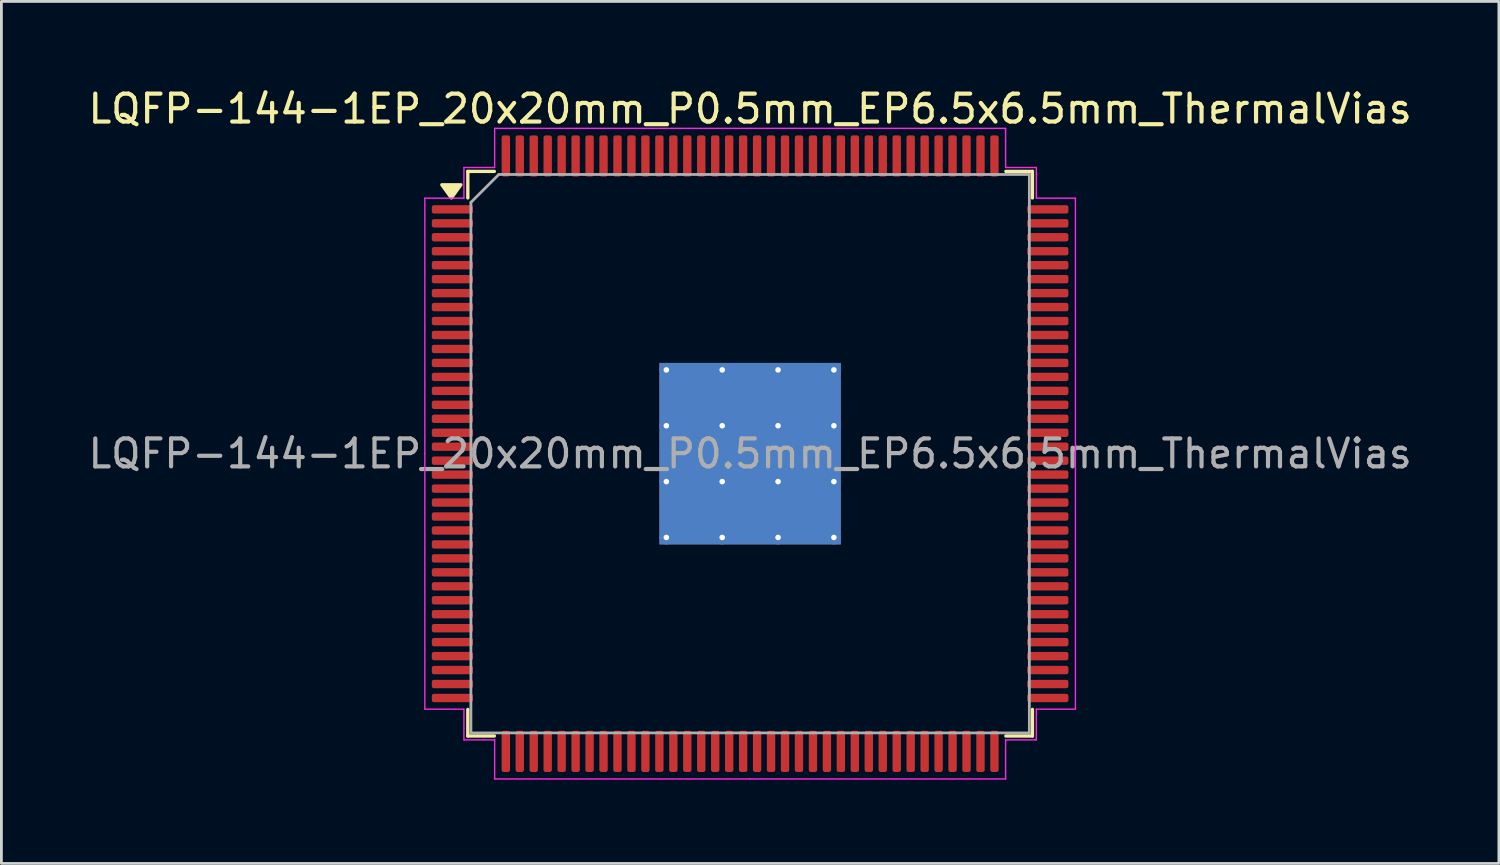
<source format=kicad_pcb>
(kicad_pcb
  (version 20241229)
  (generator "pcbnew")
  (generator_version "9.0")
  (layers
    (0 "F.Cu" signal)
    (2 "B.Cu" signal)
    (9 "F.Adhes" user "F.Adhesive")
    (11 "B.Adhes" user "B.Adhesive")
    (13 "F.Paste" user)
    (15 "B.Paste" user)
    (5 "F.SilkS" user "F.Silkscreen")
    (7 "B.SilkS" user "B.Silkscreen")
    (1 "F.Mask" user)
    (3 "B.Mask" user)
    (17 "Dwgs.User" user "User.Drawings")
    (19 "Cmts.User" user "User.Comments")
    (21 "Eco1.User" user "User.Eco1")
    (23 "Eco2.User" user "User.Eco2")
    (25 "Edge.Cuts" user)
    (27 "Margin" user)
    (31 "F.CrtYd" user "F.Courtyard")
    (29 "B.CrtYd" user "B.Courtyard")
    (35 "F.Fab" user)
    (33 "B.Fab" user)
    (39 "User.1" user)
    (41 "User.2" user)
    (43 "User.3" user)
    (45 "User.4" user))
  (footprint "LQFP-144-1EP_20x20mm_P0.5mm_EP6.5x6.5mm_ThermalVias"
    (layer "F.Cu")
    (at 23.815 13.198)
    (property "Reference" "LQFP-144-1EP_20x20mm_P0.5mm_EP6.5x6.5mm_ThermalVias" (at 0 -12.35 0) (layer "F.SilkS") (effects (font (size 1 1) (thickness 0.15))))
    (attr smd)
    (fp_line (start -10.11 -10.11) (end -10.11 -9.16) (stroke (width 0.12) (type solid)) (layer "F.SilkS"))
    (fp_line (start -10.11 10.11) (end -10.11 9.16) (stroke (width 0.12) (type solid)) (layer "F.SilkS"))
    (fp_line (start -9.16 -10.11) (end -10.11 -10.11) (stroke (width 0.12) (type solid)) (layer "F.SilkS"))
    (fp_line (start -9.16 10.11) (end -10.11 10.11) (stroke (width 0.12) (type solid)) (layer "F.SilkS"))
    (fp_line (start 9.16 -10.11) (end 10.11 -10.11) (stroke (width 0.12) (type solid)) (layer "F.SilkS"))
    (fp_line (start 9.16 10.11) (end 10.11 10.11) (stroke (width 0.12) (type solid)) (layer "F.SilkS"))
    (fp_line (start 10.11 -10.11) (end 10.11 -9.16) (stroke (width 0.12) (type solid)) (layer "F.SilkS"))
    (fp_line (start 10.11 10.11) (end 10.11 9.16) (stroke (width 0.12) (type solid)) (layer "F.SilkS"))
    (fp_poly (pts (xy -10.7 -9.16) (xy -11.04 -9.63) (xy -10.36 -9.63) (xy -10.7 -9.16)) (stroke (width 0.12) (type solid)) (fill yes) (layer "F.SilkS"))
    (fp_line (start -11.65 -9.15) (end -11.65 0) (stroke (width 0.05) (type solid)) (layer "F.CrtYd"))
    (fp_line (start -11.65 9.15) (end -11.65 0) (stroke (width 0.05) (type solid)) (layer "F.CrtYd"))
    (fp_line (start -10.25 -10.25) (end -10.25 -9.15) (stroke (width 0.05) (type solid)) (layer "F.CrtYd"))
    (fp_line (start -10.25 -9.15) (end -11.65 -9.15) (stroke (width 0.05) (type solid)) (layer "F.CrtYd"))
    (fp_line (start -10.25 9.15) (end -11.65 9.15) (stroke (width 0.05) (type solid)) (layer "F.CrtYd"))
    (fp_line (start -10.25 10.25) (end -10.25 9.15) (stroke (width 0.05) (type solid)) (layer "F.CrtYd"))
    (fp_line (start -9.15 -11.65) (end -9.15 -10.25) (stroke (width 0.05) (type solid)) (layer "F.CrtYd"))
    (fp_line (start -9.15 -10.25) (end -10.25 -10.25) (stroke (width 0.05) (type solid)) (layer "F.CrtYd"))
    (fp_line (start -9.15 10.25) (end -10.25 10.25) (stroke (width 0.05) (type solid)) (layer "F.CrtYd"))
    (fp_line (start -9.15 11.65) (end -9.15 10.25) (stroke (width 0.05) (type solid)) (layer "F.CrtYd"))
    (fp_line (start 0 -11.65) (end -9.15 -11.65) (stroke (width 0.05) (type solid)) (layer "F.CrtYd"))
    (fp_line (start 0 -11.65) (end 9.15 -11.65) (stroke (width 0.05) (type solid)) (layer "F.CrtYd"))
    (fp_line (start 0 11.65) (end -9.15 11.65) (stroke (width 0.05) (type solid)) (layer "F.CrtYd"))
    (fp_line (start 0 11.65) (end 9.15 11.65) (stroke (width 0.05) (type solid)) (layer "F.CrtYd"))
    (fp_line (start 9.15 -11.65) (end 9.15 -10.25) (stroke (width 0.05) (type solid)) (layer "F.CrtYd"))
    (fp_line (start 9.15 -10.25) (end 10.25 -10.25) (stroke (width 0.05) (type solid)) (layer "F.CrtYd"))
    (fp_line (start 9.15 10.25) (end 10.25 10.25) (stroke (width 0.05) (type solid)) (layer "F.CrtYd"))
    (fp_line (start 9.15 11.65) (end 9.15 10.25) (stroke (width 0.05) (type solid)) (layer "F.CrtYd"))
    (fp_line (start 10.25 -10.25) (end 10.25 -9.15) (stroke (width 0.05) (type solid)) (layer "F.CrtYd"))
    (fp_line (start 10.25 -9.15) (end 11.65 -9.15) (stroke (width 0.05) (type solid)) (layer "F.CrtYd"))
    (fp_line (start 10.25 9.15) (end 11.65 9.15) (stroke (width 0.05) (type solid)) (layer "F.CrtYd"))
    (fp_line (start 10.25 10.25) (end 10.25 9.15) (stroke (width 0.05) (type solid)) (layer "F.CrtYd"))
    (fp_line (start 11.65 -9.15) (end 11.65 0) (stroke (width 0.05) (type solid)) (layer "F.CrtYd"))
    (fp_line (start 11.65 9.15) (end 11.65 0) (stroke (width 0.05) (type solid)) (layer "F.CrtYd"))
    (fp_line (start -10 -9) (end -9 -10) (stroke (width 0.1) (type solid)) (layer "F.Fab"))
    (fp_line (start -10 10) (end -10 -9) (stroke (width 0.1) (type solid)) (layer "F.Fab"))
    (fp_line (start -9 -10) (end 10 -10) (stroke (width 0.1) (type solid)) (layer "F.Fab"))
    (fp_line (start 10 -10) (end 10 10) (stroke (width 0.1) (type solid)) (layer "F.Fab"))
    (fp_line (start 10 10) (end -10 10) (stroke (width 0.1) (type solid)) (layer "F.Fab"))
    (fp_text user "${REFERENCE}" (at 0 0 0) (layer "F.Fab") (effects (font (size 1 1) (thickness 0.15))))
    (pad "" smd roundrect (at -2 -2) (size 1.747 1.747) (layers "F.Paste") (roundrect_rratio 0.143))
    (pad "" smd roundrect (at -2 0) (size 1.747 1.747) (layers "F.Paste") (roundrect_rratio 0.143))
    (pad "" smd roundrect (at -2 2) (size 1.747 1.747) (layers "F.Paste") (roundrect_rratio 0.143))
    (pad "" smd roundrect (at 0 -2) (size 1.747 1.747) (layers "F.Paste") (roundrect_rratio 0.143))
    (pad "" smd roundrect (at 0 0) (size 1.747 1.747) (layers "F.Paste") (roundrect_rratio 0.143))
    (pad "" smd roundrect (at 0 2) (size 1.747 1.747) (layers "F.Paste") (roundrect_rratio 0.143))
    (pad "" smd roundrect (at 2 -2) (size 1.747 1.747) (layers "F.Paste") (roundrect_rratio 0.143))
    (pad "" smd roundrect (at 2 0) (size 1.747 1.747) (layers "F.Paste") (roundrect_rratio 0.143))
    (pad "" smd roundrect (at 2 2) (size 1.747 1.747) (layers "F.Paste") (roundrect_rratio 0.143))
    (pad "1" smd roundrect (at -10.662 -8.75) (size 1.475 0.3) (layers "F.Cu" "F.Mask" "F.Paste") (roundrect_rratio 0.25))
    (pad "2" smd roundrect (at -10.662 -8.25) (size 1.475 0.3) (layers "F.Cu" "F.Mask" "F.Paste") (roundrect_rratio 0.25))
    (pad "3" smd roundrect (at -10.662 -7.75) (size 1.475 0.3) (layers "F.Cu" "F.Mask" "F.Paste") (roundrect_rratio 0.25))
    (pad "4" smd roundrect (at -10.662 -7.25) (size 1.475 0.3) (layers "F.Cu" "F.Mask" "F.Paste") (roundrect_rratio 0.25))
    (pad "5" smd roundrect (at -10.662 -6.75) (size 1.475 0.3) (layers "F.Cu" "F.Mask" "F.Paste") (roundrect_rratio 0.25))
    (pad "6" smd roundrect (at -10.662 -6.25) (size 1.475 0.3) (layers "F.Cu" "F.Mask" "F.Paste") (roundrect_rratio 0.25))
    (pad "7" smd roundrect (at -10.662 -5.75) (size 1.475 0.3) (layers "F.Cu" "F.Mask" "F.Paste") (roundrect_rratio 0.25))
    (pad "8" smd roundrect (at -10.662 -5.25) (size 1.475 0.3) (layers "F.Cu" "F.Mask" "F.Paste") (roundrect_rratio 0.25))
    (pad "9" smd roundrect (at -10.662 -4.75) (size 1.475 0.3) (layers "F.Cu" "F.Mask" "F.Paste") (roundrect_rratio 0.25))
    (pad "10" smd roundrect (at -10.662 -4.25) (size 1.475 0.3) (layers "F.Cu" "F.Mask" "F.Paste") (roundrect_rratio 0.25))
    (pad "11" smd roundrect (at -10.662 -3.75) (size 1.475 0.3) (layers "F.Cu" "F.Mask" "F.Paste") (roundrect_rratio 0.25))
    (pad "12" smd roundrect (at -10.662 -3.25) (size 1.475 0.3) (layers "F.Cu" "F.Mask" "F.Paste") (roundrect_rratio 0.25))
    (pad "13" smd roundrect (at -10.662 -2.75) (size 1.475 0.3) (layers "F.Cu" "F.Mask" "F.Paste") (roundrect_rratio 0.25))
    (pad "14" smd roundrect (at -10.662 -2.25) (size 1.475 0.3) (layers "F.Cu" "F.Mask" "F.Paste") (roundrect_rratio 0.25))
    (pad "15" smd roundrect (at -10.662 -1.75) (size 1.475 0.3) (layers "F.Cu" "F.Mask" "F.Paste") (roundrect_rratio 0.25))
    (pad "16" smd roundrect (at -10.662 -1.25) (size 1.475 0.3) (layers "F.Cu" "F.Mask" "F.Paste") (roundrect_rratio 0.25))
    (pad "17" smd roundrect (at -10.662 -0.75) (size 1.475 0.3) (layers "F.Cu" "F.Mask" "F.Paste") (roundrect_rratio 0.25))
    (pad "18" smd roundrect (at -10.662 -0.25) (size 1.475 0.3) (layers "F.Cu" "F.Mask" "F.Paste") (roundrect_rratio 0.25))
    (pad "19" smd roundrect (at -10.662 0.25) (size 1.475 0.3) (layers "F.Cu" "F.Mask" "F.Paste") (roundrect_rratio 0.25))
    (pad "20" smd roundrect (at -10.662 0.75) (size 1.475 0.3) (layers "F.Cu" "F.Mask" "F.Paste") (roundrect_rratio 0.25))
    (pad "21" smd roundrect (at -10.662 1.25) (size 1.475 0.3) (layers "F.Cu" "F.Mask" "F.Paste") (roundrect_rratio 0.25))
    (pad "22" smd roundrect (at -10.662 1.75) (size 1.475 0.3) (layers "F.Cu" "F.Mask" "F.Paste") (roundrect_rratio 0.25))
    (pad "23" smd roundrect (at -10.662 2.25) (size 1.475 0.3) (layers "F.Cu" "F.Mask" "F.Paste") (roundrect_rratio 0.25))
    (pad "24" smd roundrect (at -10.662 2.75) (size 1.475 0.3) (layers "F.Cu" "F.Mask" "F.Paste") (roundrect_rratio 0.25))
    (pad "25" smd roundrect (at -10.662 3.25) (size 1.475 0.3) (layers "F.Cu" "F.Mask" "F.Paste") (roundrect_rratio 0.25))
    (pad "26" smd roundrect (at -10.662 3.75) (size 1.475 0.3) (layers "F.Cu" "F.Mask" "F.Paste") (roundrect_rratio 0.25))
    (pad "27" smd roundrect (at -10.662 4.25) (size 1.475 0.3) (layers "F.Cu" "F.Mask" "F.Paste") (roundrect_rratio 0.25))
    (pad "28" smd roundrect (at -10.662 4.75) (size 1.475 0.3) (layers "F.Cu" "F.Mask" "F.Paste") (roundrect_rratio 0.25))
    (pad "29" smd roundrect (at -10.662 5.25) (size 1.475 0.3) (layers "F.Cu" "F.Mask" "F.Paste") (roundrect_rratio 0.25))
    (pad "30" smd roundrect (at -10.662 5.75) (size 1.475 0.3) (layers "F.Cu" "F.Mask" "F.Paste") (roundrect_rratio 0.25))
    (pad "31" smd roundrect (at -10.662 6.25) (size 1.475 0.3) (layers "F.Cu" "F.Mask" "F.Paste") (roundrect_rratio 0.25))
    (pad "32" smd roundrect (at -10.662 6.75) (size 1.475 0.3) (layers "F.Cu" "F.Mask" "F.Paste") (roundrect_rratio 0.25))
    (pad "33" smd roundrect (at -10.662 7.25) (size 1.475 0.3) (layers "F.Cu" "F.Mask" "F.Paste") (roundrect_rratio 0.25))
    (pad "34" smd roundrect (at -10.662 7.75) (size 1.475 0.3) (layers "F.Cu" "F.Mask" "F.Paste") (roundrect_rratio 0.25))
    (pad "35" smd roundrect (at -10.662 8.25) (size 1.475 0.3) (layers "F.Cu" "F.Mask" "F.Paste") (roundrect_rratio 0.25))
    (pad "36" smd roundrect (at -10.662 8.75) (size 1.475 0.3) (layers "F.Cu" "F.Mask" "F.Paste") (roundrect_rratio 0.25))
    (pad "37" smd roundrect (at -8.75 10.662) (size 0.3 1.475) (layers "F.Cu" "F.Mask" "F.Paste") (roundrect_rratio 0.25))
    (pad "38" smd roundrect (at -8.25 10.662) (size 0.3 1.475) (layers "F.Cu" "F.Mask" "F.Paste") (roundrect_rratio 0.25))
    (pad "39" smd roundrect (at -7.75 10.662) (size 0.3 1.475) (layers "F.Cu" "F.Mask" "F.Paste") (roundrect_rratio 0.25))
    (pad "40" smd roundrect (at -7.25 10.662) (size 0.3 1.475) (layers "F.Cu" "F.Mask" "F.Paste") (roundrect_rratio 0.25))
    (pad "41" smd roundrect (at -6.75 10.662) (size 0.3 1.475) (layers "F.Cu" "F.Mask" "F.Paste") (roundrect_rratio 0.25))
    (pad "42" smd roundrect (at -6.25 10.662) (size 0.3 1.475) (layers "F.Cu" "F.Mask" "F.Paste") (roundrect_rratio 0.25))
    (pad "43" smd roundrect (at -5.75 10.662) (size 0.3 1.475) (layers "F.Cu" "F.Mask" "F.Paste") (roundrect_rratio 0.25))
    (pad "44" smd roundrect (at -5.25 10.662) (size 0.3 1.475) (layers "F.Cu" "F.Mask" "F.Paste") (roundrect_rratio 0.25))
    (pad "45" smd roundrect (at -4.75 10.662) (size 0.3 1.475) (layers "F.Cu" "F.Mask" "F.Paste") (roundrect_rratio 0.25))
    (pad "46" smd roundrect (at -4.25 10.662) (size 0.3 1.475) (layers "F.Cu" "F.Mask" "F.Paste") (roundrect_rratio 0.25))
    (pad "47" smd roundrect (at -3.75 10.662) (size 0.3 1.475) (layers "F.Cu" "F.Mask" "F.Paste") (roundrect_rratio 0.25))
    (pad "48" smd roundrect (at -3.25 10.662) (size 0.3 1.475) (layers "F.Cu" "F.Mask" "F.Paste") (roundrect_rratio 0.25))
    (pad "49" smd roundrect (at -2.75 10.662) (size 0.3 1.475) (layers "F.Cu" "F.Mask" "F.Paste") (roundrect_rratio 0.25))
    (pad "50" smd roundrect (at -2.25 10.662) (size 0.3 1.475) (layers "F.Cu" "F.Mask" "F.Paste") (roundrect_rratio 0.25))
    (pad "51" smd roundrect (at -1.75 10.662) (size 0.3 1.475) (layers "F.Cu" "F.Mask" "F.Paste") (roundrect_rratio 0.25))
    (pad "52" smd roundrect (at -1.25 10.662) (size 0.3 1.475) (layers "F.Cu" "F.Mask" "F.Paste") (roundrect_rratio 0.25))
    (pad "53" smd roundrect (at -0.75 10.662) (size 0.3 1.475) (layers "F.Cu" "F.Mask" "F.Paste") (roundrect_rratio 0.25))
    (pad "54" smd roundrect (at -0.25 10.662) (size 0.3 1.475) (layers "F.Cu" "F.Mask" "F.Paste") (roundrect_rratio 0.25))
    (pad "55" smd roundrect (at 0.25 10.662) (size 0.3 1.475) (layers "F.Cu" "F.Mask" "F.Paste") (roundrect_rratio 0.25))
    (pad "56" smd roundrect (at 0.75 10.662) (size 0.3 1.475) (layers "F.Cu" "F.Mask" "F.Paste") (roundrect_rratio 0.25))
    (pad "57" smd roundrect (at 1.25 10.662) (size 0.3 1.475) (layers "F.Cu" "F.Mask" "F.Paste") (roundrect_rratio 0.25))
    (pad "58" smd roundrect (at 1.75 10.662) (size 0.3 1.475) (layers "F.Cu" "F.Mask" "F.Paste") (roundrect_rratio 0.25))
    (pad "59" smd roundrect (at 2.25 10.662) (size 0.3 1.475) (layers "F.Cu" "F.Mask" "F.Paste") (roundrect_rratio 0.25))
    (pad "60" smd roundrect (at 2.75 10.662) (size 0.3 1.475) (layers "F.Cu" "F.Mask" "F.Paste") (roundrect_rratio 0.25))
    (pad "61" smd roundrect (at 3.25 10.662) (size 0.3 1.475) (layers "F.Cu" "F.Mask" "F.Paste") (roundrect_rratio 0.25))
    (pad "62" smd roundrect (at 3.75 10.662) (size 0.3 1.475) (layers "F.Cu" "F.Mask" "F.Paste") (roundrect_rratio 0.25))
    (pad "63" smd roundrect (at 4.25 10.662) (size 0.3 1.475) (layers "F.Cu" "F.Mask" "F.Paste") (roundrect_rratio 0.25))
    (pad "64" smd roundrect (at 4.75 10.662) (size 0.3 1.475) (layers "F.Cu" "F.Mask" "F.Paste") (roundrect_rratio 0.25))
    (pad "65" smd roundrect (at 5.25 10.662) (size 0.3 1.475) (layers "F.Cu" "F.Mask" "F.Paste") (roundrect_rratio 0.25))
    (pad "66" smd roundrect (at 5.75 10.662) (size 0.3 1.475) (layers "F.Cu" "F.Mask" "F.Paste") (roundrect_rratio 0.25))
    (pad "67" smd roundrect (at 6.25 10.662) (size 0.3 1.475) (layers "F.Cu" "F.Mask" "F.Paste") (roundrect_rratio 0.25))
    (pad "68" smd roundrect (at 6.75 10.662) (size 0.3 1.475) (layers "F.Cu" "F.Mask" "F.Paste") (roundrect_rratio 0.25))
    (pad "69" smd roundrect (at 7.25 10.662) (size 0.3 1.475) (layers "F.Cu" "F.Mask" "F.Paste") (roundrect_rratio 0.25))
    (pad "70" smd roundrect (at 7.75 10.662) (size 0.3 1.475) (layers "F.Cu" "F.Mask" "F.Paste") (roundrect_rratio 0.25))
    (pad "71" smd roundrect (at 8.25 10.662) (size 0.3 1.475) (layers "F.Cu" "F.Mask" "F.Paste") (roundrect_rratio 0.25))
    (pad "72" smd roundrect (at 8.75 10.662) (size 0.3 1.475) (layers "F.Cu" "F.Mask" "F.Paste") (roundrect_rratio 0.25))
    (pad "73" smd roundrect (at 10.662 8.75) (size 1.475 0.3) (layers "F.Cu" "F.Mask" "F.Paste") (roundrect_rratio 0.25))
    (pad "74" smd roundrect (at 10.662 8.25) (size 1.475 0.3) (layers "F.Cu" "F.Mask" "F.Paste") (roundrect_rratio 0.25))
    (pad "75" smd roundrect (at 10.662 7.75) (size 1.475 0.3) (layers "F.Cu" "F.Mask" "F.Paste") (roundrect_rratio 0.25))
    (pad "76" smd roundrect (at 10.662 7.25) (size 1.475 0.3) (layers "F.Cu" "F.Mask" "F.Paste") (roundrect_rratio 0.25))
    (pad "77" smd roundrect (at 10.662 6.75) (size 1.475 0.3) (layers "F.Cu" "F.Mask" "F.Paste") (roundrect_rratio 0.25))
    (pad "78" smd roundrect (at 10.662 6.25) (size 1.475 0.3) (layers "F.Cu" "F.Mask" "F.Paste") (roundrect_rratio 0.25))
    (pad "79" smd roundrect (at 10.662 5.75) (size 1.475 0.3) (layers "F.Cu" "F.Mask" "F.Paste") (roundrect_rratio 0.25))
    (pad "80" smd roundrect (at 10.662 5.25) (size 1.475 0.3) (layers "F.Cu" "F.Mask" "F.Paste") (roundrect_rratio 0.25))
    (pad "81" smd roundrect (at 10.662 4.75) (size 1.475 0.3) (layers "F.Cu" "F.Mask" "F.Paste") (roundrect_rratio 0.25))
    (pad "82" smd roundrect (at 10.662 4.25) (size 1.475 0.3) (layers "F.Cu" "F.Mask" "F.Paste") (roundrect_rratio 0.25))
    (pad "83" smd roundrect (at 10.662 3.75) (size 1.475 0.3) (layers "F.Cu" "F.Mask" "F.Paste") (roundrect_rratio 0.25))
    (pad "84" smd roundrect (at 10.662 3.25) (size 1.475 0.3) (layers "F.Cu" "F.Mask" "F.Paste") (roundrect_rratio 0.25))
    (pad "85" smd roundrect (at 10.662 2.75) (size 1.475 0.3) (layers "F.Cu" "F.Mask" "F.Paste") (roundrect_rratio 0.25))
    (pad "86" smd roundrect (at 10.662 2.25) (size 1.475 0.3) (layers "F.Cu" "F.Mask" "F.Paste") (roundrect_rratio 0.25))
    (pad "87" smd roundrect (at 10.662 1.75) (size 1.475 0.3) (layers "F.Cu" "F.Mask" "F.Paste") (roundrect_rratio 0.25))
    (pad "88" smd roundrect (at 10.662 1.25) (size 1.475 0.3) (layers "F.Cu" "F.Mask" "F.Paste") (roundrect_rratio 0.25))
    (pad "89" smd roundrect (at 10.662 0.75) (size 1.475 0.3) (layers "F.Cu" "F.Mask" "F.Paste") (roundrect_rratio 0.25))
    (pad "90" smd roundrect (at 10.662 0.25) (size 1.475 0.3) (layers "F.Cu" "F.Mask" "F.Paste") (roundrect_rratio 0.25))
    (pad "91" smd roundrect (at 10.662 -0.25) (size 1.475 0.3) (layers "F.Cu" "F.Mask" "F.Paste") (roundrect_rratio 0.25))
    (pad "92" smd roundrect (at 10.662 -0.75) (size 1.475 0.3) (layers "F.Cu" "F.Mask" "F.Paste") (roundrect_rratio 0.25))
    (pad "93" smd roundrect (at 10.662 -1.25) (size 1.475 0.3) (layers "F.Cu" "F.Mask" "F.Paste") (roundrect_rratio 0.25))
    (pad "94" smd roundrect (at 10.662 -1.75) (size 1.475 0.3) (layers "F.Cu" "F.Mask" "F.Paste") (roundrect_rratio 0.25))
    (pad "95" smd roundrect (at 10.662 -2.25) (size 1.475 0.3) (layers "F.Cu" "F.Mask" "F.Paste") (roundrect_rratio 0.25))
    (pad "96" smd roundrect (at 10.662 -2.75) (size 1.475 0.3) (layers "F.Cu" "F.Mask" "F.Paste") (roundrect_rratio 0.25))
    (pad "97" smd roundrect (at 10.662 -3.25) (size 1.475 0.3) (layers "F.Cu" "F.Mask" "F.Paste") (roundrect_rratio 0.25))
    (pad "98" smd roundrect (at 10.662 -3.75) (size 1.475 0.3) (layers "F.Cu" "F.Mask" "F.Paste") (roundrect_rratio 0.25))
    (pad "99" smd roundrect (at 10.662 -4.25) (size 1.475 0.3) (layers "F.Cu" "F.Mask" "F.Paste") (roundrect_rratio 0.25))
    (pad "100" smd roundrect (at 10.662 -4.75) (size 1.475 0.3) (layers "F.Cu" "F.Mask" "F.Paste") (roundrect_rratio 0.25))
    (pad "101" smd roundrect (at 10.662 -5.25) (size 1.475 0.3) (layers "F.Cu" "F.Mask" "F.Paste") (roundrect_rratio 0.25))
    (pad "102" smd roundrect (at 10.662 -5.75) (size 1.475 0.3) (layers "F.Cu" "F.Mask" "F.Paste") (roundrect_rratio 0.25))
    (pad "103" smd roundrect (at 10.662 -6.25) (size 1.475 0.3) (layers "F.Cu" "F.Mask" "F.Paste") (roundrect_rratio 0.25))
    (pad "104" smd roundrect (at 10.662 -6.75) (size 1.475 0.3) (layers "F.Cu" "F.Mask" "F.Paste") (roundrect_rratio 0.25))
    (pad "105" smd roundrect (at 10.662 -7.25) (size 1.475 0.3) (layers "F.Cu" "F.Mask" "F.Paste") (roundrect_rratio 0.25))
    (pad "106" smd roundrect (at 10.662 -7.75) (size 1.475 0.3) (layers "F.Cu" "F.Mask" "F.Paste") (roundrect_rratio 0.25))
    (pad "107" smd roundrect (at 10.662 -8.25) (size 1.475 0.3) (layers "F.Cu" "F.Mask" "F.Paste") (roundrect_rratio 0.25))
    (pad "108" smd roundrect (at 10.662 -8.75) (size 1.475 0.3) (layers "F.Cu" "F.Mask" "F.Paste") (roundrect_rratio 0.25))
    (pad "109" smd roundrect (at 8.75 -10.662) (size 0.3 1.475) (layers "F.Cu" "F.Mask" "F.Paste") (roundrect_rratio 0.25))
    (pad "110" smd roundrect (at 8.25 -10.662) (size 0.3 1.475) (layers "F.Cu" "F.Mask" "F.Paste") (roundrect_rratio 0.25))
    (pad "111" smd roundrect (at 7.75 -10.662) (size 0.3 1.475) (layers "F.Cu" "F.Mask" "F.Paste") (roundrect_rratio 0.25))
    (pad "112" smd roundrect (at 7.25 -10.662) (size 0.3 1.475) (layers "F.Cu" "F.Mask" "F.Paste") (roundrect_rratio 0.25))
    (pad "113" smd roundrect (at 6.75 -10.662) (size 0.3 1.475) (layers "F.Cu" "F.Mask" "F.Paste") (roundrect_rratio 0.25))
    (pad "114" smd roundrect (at 6.25 -10.662) (size 0.3 1.475) (layers "F.Cu" "F.Mask" "F.Paste") (roundrect_rratio 0.25))
    (pad "115" smd roundrect (at 5.75 -10.662) (size 0.3 1.475) (layers "F.Cu" "F.Mask" "F.Paste") (roundrect_rratio 0.25))
    (pad "116" smd roundrect (at 5.25 -10.662) (size 0.3 1.475) (layers "F.Cu" "F.Mask" "F.Paste") (roundrect_rratio 0.25))
    (pad "117" smd roundrect (at 4.75 -10.662) (size 0.3 1.475) (layers "F.Cu" "F.Mask" "F.Paste") (roundrect_rratio 0.25))
    (pad "118" smd roundrect (at 4.25 -10.662) (size 0.3 1.475) (layers "F.Cu" "F.Mask" "F.Paste") (roundrect_rratio 0.25))
    (pad "119" smd roundrect (at 3.75 -10.662) (size 0.3 1.475) (layers "F.Cu" "F.Mask" "F.Paste") (roundrect_rratio 0.25))
    (pad "120" smd roundrect (at 3.25 -10.662) (size 0.3 1.475) (layers "F.Cu" "F.Mask" "F.Paste") (roundrect_rratio 0.25))
    (pad "121" smd roundrect (at 2.75 -10.662) (size 0.3 1.475) (layers "F.Cu" "F.Mask" "F.Paste") (roundrect_rratio 0.25))
    (pad "122" smd roundrect (at 2.25 -10.662) (size 0.3 1.475) (layers "F.Cu" "F.Mask" "F.Paste") (roundrect_rratio 0.25))
    (pad "123" smd roundrect (at 1.75 -10.662) (size 0.3 1.475) (layers "F.Cu" "F.Mask" "F.Paste") (roundrect_rratio 0.25))
    (pad "124" smd roundrect (at 1.25 -10.662) (size 0.3 1.475) (layers "F.Cu" "F.Mask" "F.Paste") (roundrect_rratio 0.25))
    (pad "125" smd roundrect (at 0.75 -10.662) (size 0.3 1.475) (layers "F.Cu" "F.Mask" "F.Paste") (roundrect_rratio 0.25))
    (pad "126" smd roundrect (at 0.25 -10.662) (size 0.3 1.475) (layers "F.Cu" "F.Mask" "F.Paste") (roundrect_rratio 0.25))
    (pad "127" smd roundrect (at -0.25 -10.662) (size 0.3 1.475) (layers "F.Cu" "F.Mask" "F.Paste") (roundrect_rratio 0.25))
    (pad "128" smd roundrect (at -0.75 -10.662) (size 0.3 1.475) (layers "F.Cu" "F.Mask" "F.Paste") (roundrect_rratio 0.25))
    (pad "129" smd roundrect (at -1.25 -10.662) (size 0.3 1.475) (layers "F.Cu" "F.Mask" "F.Paste") (roundrect_rratio 0.25))
    (pad "130" smd roundrect (at -1.75 -10.662) (size 0.3 1.475) (layers "F.Cu" "F.Mask" "F.Paste") (roundrect_rratio 0.25))
    (pad "131" smd roundrect (at -2.25 -10.662) (size 0.3 1.475) (layers "F.Cu" "F.Mask" "F.Paste") (roundrect_rratio 0.25))
    (pad "132" smd roundrect (at -2.75 -10.662) (size 0.3 1.475) (layers "F.Cu" "F.Mask" "F.Paste") (roundrect_rratio 0.25))
    (pad "133" smd roundrect (at -3.25 -10.662) (size 0.3 1.475) (layers "F.Cu" "F.Mask" "F.Paste") (roundrect_rratio 0.25))
    (pad "134" smd roundrect (at -3.75 -10.662) (size 0.3 1.475) (layers "F.Cu" "F.Mask" "F.Paste") (roundrect_rratio 0.25))
    (pad "135" smd roundrect (at -4.25 -10.662) (size 0.3 1.475) (layers "F.Cu" "F.Mask" "F.Paste") (roundrect_rratio 0.25))
    (pad "136" smd roundrect (at -4.75 -10.662) (size 0.3 1.475) (layers "F.Cu" "F.Mask" "F.Paste") (roundrect_rratio 0.25))
    (pad "137" smd roundrect (at -5.25 -10.662) (size 0.3 1.475) (layers "F.Cu" "F.Mask" "F.Paste") (roundrect_rratio 0.25))
    (pad "138" smd roundrect (at -5.75 -10.662) (size 0.3 1.475) (layers "F.Cu" "F.Mask" "F.Paste") (roundrect_rratio 0.25))
    (pad "139" smd roundrect (at -6.25 -10.662) (size 0.3 1.475) (layers "F.Cu" "F.Mask" "F.Paste") (roundrect_rratio 0.25))
    (pad "140" smd roundrect (at -6.75 -10.662) (size 0.3 1.475) (layers "F.Cu" "F.Mask" "F.Paste") (roundrect_rratio 0.25))
    (pad "141" smd roundrect (at -7.25 -10.662) (size 0.3 1.475) (layers "F.Cu" "F.Mask" "F.Paste") (roundrect_rratio 0.25))
    (pad "142" smd roundrect (at -7.75 -10.662) (size 0.3 1.475) (layers "F.Cu" "F.Mask" "F.Paste") (roundrect_rratio 0.25))
    (pad "143" smd roundrect (at -8.25 -10.662) (size 0.3 1.475) (layers "F.Cu" "F.Mask" "F.Paste") (roundrect_rratio 0.25))
    (pad "144" smd roundrect (at -8.75 -10.662) (size 0.3 1.475) (layers "F.Cu" "F.Mask" "F.Paste") (roundrect_rratio 0.25))
    (pad "145" thru_hole circle (at -3 -3) (size 0.5 0.5) (drill 0.2) (property pad_prop_heatsink) (layers "*.Cu"))
    (pad "145" thru_hole circle (at -3 -1) (size 0.5 0.5) (drill 0.2) (property pad_prop_heatsink) (layers "*.Cu"))
    (pad "145" thru_hole circle (at -3 1) (size 0.5 0.5) (drill 0.2) (property pad_prop_heatsink) (layers "*.Cu"))
    (pad "145" thru_hole circle (at -3 3) (size 0.5 0.5) (drill 0.2) (property pad_prop_heatsink) (layers "*.Cu"))
    (pad "145" thru_hole circle (at -1 -3) (size 0.5 0.5) (drill 0.2) (property pad_prop_heatsink) (layers "*.Cu"))
    (pad "145" thru_hole circle (at -1 -1) (size 0.5 0.5) (drill 0.2) (property pad_prop_heatsink) (layers "*.Cu"))
    (pad "145" thru_hole circle (at -1 1) (size 0.5 0.5) (drill 0.2) (property pad_prop_heatsink) (layers "*.Cu"))
    (pad "145" thru_hole circle (at -1 3) (size 0.5 0.5) (drill 0.2) (property pad_prop_heatsink) (layers "*.Cu"))
    (pad "145" smd rect (at 0 0) (size 6.5 6.5) (property pad_prop_heatsink) (layers "F.Cu" "F.Mask"))
    (pad "145" smd rect (at 0 0) (size 6.5 6.5) (property pad_prop_heatsink) (layers "B.Cu"))
    (pad "145" thru_hole circle (at 1 -3) (size 0.5 0.5) (drill 0.2) (property pad_prop_heatsink) (layers "*.Cu"))
    (pad "145" thru_hole circle (at 1 -1) (size 0.5 0.5) (drill 0.2) (property pad_prop_heatsink) (layers "*.Cu"))
    (pad "145" thru_hole circle (at 1 1) (size 0.5 0.5) (drill 0.2) (property pad_prop_heatsink) (layers "*.Cu"))
    (pad "145" thru_hole circle (at 1 3) (size 0.5 0.5) (drill 0.2) (property pad_prop_heatsink) (layers "*.Cu"))
    (pad "145" thru_hole circle (at 3 -3) (size 0.5 0.5) (drill 0.2) (property pad_prop_heatsink) (layers "*.Cu"))
    (pad "145" thru_hole circle (at 3 -1) (size 0.5 0.5) (drill 0.2) (property pad_prop_heatsink) (layers "*.Cu"))
    (pad "145" thru_hole circle (at 3 1) (size 0.5 0.5) (drill 0.2) (property pad_prop_heatsink) (layers "*.Cu"))
    (pad "145" thru_hole circle (at 3 3) (size 0.5 0.5) (drill 0.2) (property pad_prop_heatsink) (layers "*.Cu")))
  (gr_rect
    (start -3 -3)
    (end 50.631 27.873)
    (stroke (width 0.1) (type default))
    (fill no)
    (layer "Edge.Cuts")))
</source>
